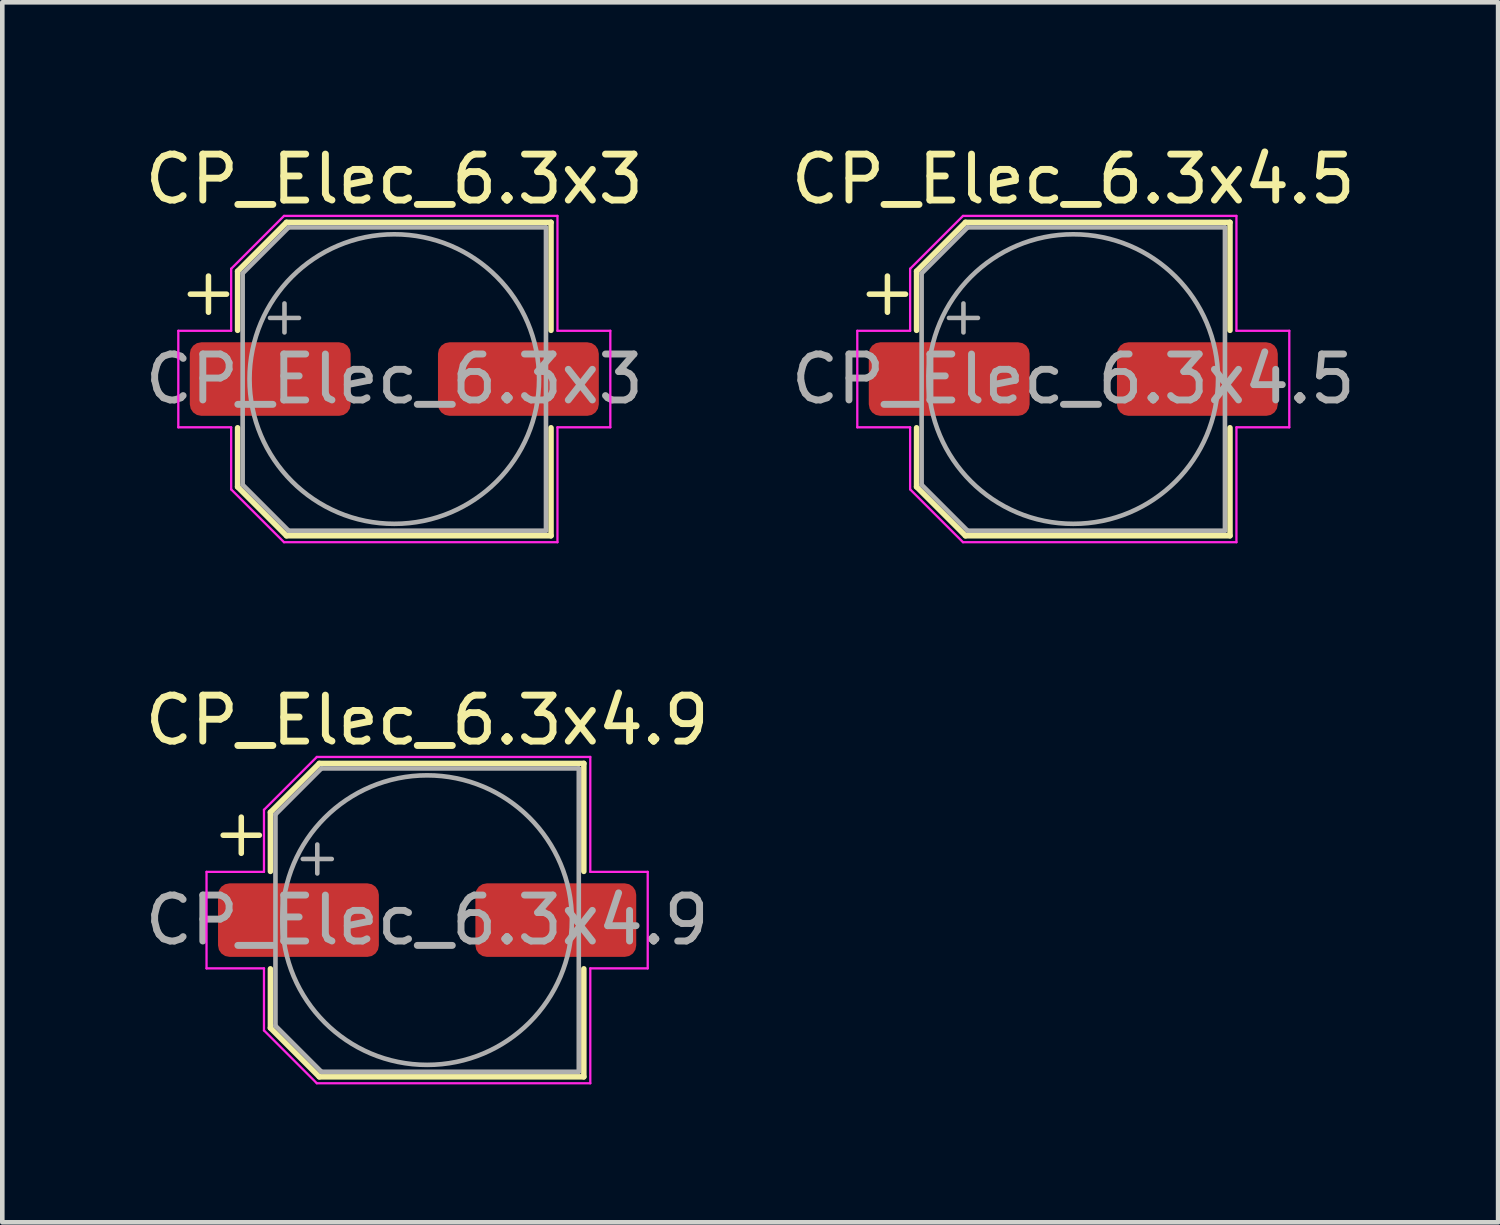
<source format=kicad_pcb>
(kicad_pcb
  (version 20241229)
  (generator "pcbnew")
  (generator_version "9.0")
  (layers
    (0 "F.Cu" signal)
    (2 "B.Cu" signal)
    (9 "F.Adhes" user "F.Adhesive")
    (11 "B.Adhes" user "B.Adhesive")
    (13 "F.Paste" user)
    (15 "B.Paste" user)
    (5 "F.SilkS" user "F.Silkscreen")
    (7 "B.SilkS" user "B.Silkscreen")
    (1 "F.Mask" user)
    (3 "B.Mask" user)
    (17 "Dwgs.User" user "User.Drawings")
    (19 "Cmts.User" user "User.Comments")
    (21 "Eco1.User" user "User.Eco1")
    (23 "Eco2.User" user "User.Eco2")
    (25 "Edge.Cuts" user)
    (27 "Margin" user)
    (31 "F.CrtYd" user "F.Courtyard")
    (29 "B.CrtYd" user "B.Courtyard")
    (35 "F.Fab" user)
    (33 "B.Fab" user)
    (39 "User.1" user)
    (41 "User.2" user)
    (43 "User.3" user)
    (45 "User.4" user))
  (footprint "CP_Elec_6.3x3"
    (layer "F.Cu")
    (at 5.53 5.198)
    (property "Reference" "CP_Elec_6.3x3" (at 0 -4.35 0) (layer "F.SilkS") (effects (font (size 1 1) (thickness 0.15))))
    (attr smd)
    (fp_line (start -4.438 -1.847) (end -3.65 -1.847) (stroke (width 0.12) (type solid)) (layer "F.SilkS"))
    (fp_line (start -4.044 -2.241) (end -4.044 -1.454) (stroke (width 0.12) (type solid)) (layer "F.SilkS"))
    (fp_line (start -3.41 -2.346) (end -3.41 -1.06) (stroke (width 0.12) (type solid)) (layer "F.SilkS"))
    (fp_line (start -3.41 -2.346) (end -2.346 -3.41) (stroke (width 0.12) (type solid)) (layer "F.SilkS"))
    (fp_line (start -3.41 2.346) (end -3.41 1.06) (stroke (width 0.12) (type solid)) (layer "F.SilkS"))
    (fp_line (start -3.41 2.346) (end -2.346 3.41) (stroke (width 0.12) (type solid)) (layer "F.SilkS"))
    (fp_line (start -2.346 -3.41) (end 3.41 -3.41) (stroke (width 0.12) (type solid)) (layer "F.SilkS"))
    (fp_line (start -2.346 3.41) (end 3.41 3.41) (stroke (width 0.12) (type solid)) (layer "F.SilkS"))
    (fp_line (start 3.41 -3.41) (end 3.41 -1.06) (stroke (width 0.12) (type solid)) (layer "F.SilkS"))
    (fp_line (start 3.41 3.41) (end 3.41 1.06) (stroke (width 0.12) (type solid)) (layer "F.SilkS"))
    (fp_line (start -4.7 -1.05) (end -4.7 1.05) (stroke (width 0.05) (type solid)) (layer "F.CrtYd"))
    (fp_line (start -4.7 1.05) (end -3.55 1.05) (stroke (width 0.05) (type solid)) (layer "F.CrtYd"))
    (fp_line (start -3.55 -2.4) (end -3.55 -1.05) (stroke (width 0.05) (type solid)) (layer "F.CrtYd"))
    (fp_line (start -3.55 -2.4) (end -2.4 -3.55) (stroke (width 0.05) (type solid)) (layer "F.CrtYd"))
    (fp_line (start -3.55 -1.05) (end -4.7 -1.05) (stroke (width 0.05) (type solid)) (layer "F.CrtYd"))
    (fp_line (start -3.55 1.05) (end -3.55 2.4) (stroke (width 0.05) (type solid)) (layer "F.CrtYd"))
    (fp_line (start -3.55 2.4) (end -2.4 3.55) (stroke (width 0.05) (type solid)) (layer "F.CrtYd"))
    (fp_line (start -2.4 -3.55) (end 3.55 -3.55) (stroke (width 0.05) (type solid)) (layer "F.CrtYd"))
    (fp_line (start -2.4 3.55) (end 3.55 3.55) (stroke (width 0.05) (type solid)) (layer "F.CrtYd"))
    (fp_line (start 3.55 -3.55) (end 3.55 -1.05) (stroke (width 0.05) (type solid)) (layer "F.CrtYd"))
    (fp_line (start 3.55 -1.05) (end 4.7 -1.05) (stroke (width 0.05) (type solid)) (layer "F.CrtYd"))
    (fp_line (start 3.55 1.05) (end 3.55 3.55) (stroke (width 0.05) (type solid)) (layer "F.CrtYd"))
    (fp_line (start 4.7 -1.05) (end 4.7 1.05) (stroke (width 0.05) (type solid)) (layer "F.CrtYd"))
    (fp_line (start 4.7 1.05) (end 3.55 1.05) (stroke (width 0.05) (type solid)) (layer "F.CrtYd"))
    (fp_line (start -3.3 -2.3) (end -3.3 2.3) (stroke (width 0.1) (type solid)) (layer "F.Fab"))
    (fp_line (start -3.3 -2.3) (end -2.3 -3.3) (stroke (width 0.1) (type solid)) (layer "F.Fab"))
    (fp_line (start -3.3 2.3) (end -2.3 3.3) (stroke (width 0.1) (type solid)) (layer "F.Fab"))
    (fp_line (start -2.705 -1.33) (end -2.075 -1.33) (stroke (width 0.1) (type solid)) (layer "F.Fab"))
    (fp_line (start -2.39 -1.645) (end -2.39 -1.015) (stroke (width 0.1) (type solid)) (layer "F.Fab"))
    (fp_line (start -2.3 -3.3) (end 3.3 -3.3) (stroke (width 0.1) (type solid)) (layer "F.Fab"))
    (fp_line (start -2.3 3.3) (end 3.3 3.3) (stroke (width 0.1) (type solid)) (layer "F.Fab"))
    (fp_line (start 3.3 -3.3) (end 3.3 3.3) (stroke (width 0.1) (type solid)) (layer "F.Fab"))
    (fp_circle (center 0 0) (end 3.15 0) (stroke (width 0.1) (type solid)) (fill no) (layer "F.Fab"))
    (fp_text user "${REFERENCE}" (at 0 0 0) (layer "F.Fab") (effects (font (size 1 1) (thickness 0.15))))
    (pad "1" smd roundrect (at -2.7 0) (size 3.5 1.6) (layers "F.Cu" "F.Mask" "F.Paste") (roundrect_rratio 0.156))
    (pad "2" smd roundrect (at 2.7 0) (size 3.5 1.6) (layers "F.Cu" "F.Mask" "F.Paste") (roundrect_rratio 0.156)))
  (footprint "CP_Elec_6.3x4.5"
    (layer "F.Cu")
    (at 20.304 5.198)
    (property "Reference" "CP_Elec_6.3x4.5" (at 0 -4.35 0) (layer "F.SilkS") (effects (font (size 1 1) (thickness 0.15))))
    (attr smd)
    (fp_line (start -4.438 -1.847) (end -3.65 -1.847) (stroke (width 0.12) (type solid)) (layer "F.SilkS"))
    (fp_line (start -4.044 -2.241) (end -4.044 -1.454) (stroke (width 0.12) (type solid)) (layer "F.SilkS"))
    (fp_line (start -3.41 -2.346) (end -3.41 -1.06) (stroke (width 0.12) (type solid)) (layer "F.SilkS"))
    (fp_line (start -3.41 -2.346) (end -2.346 -3.41) (stroke (width 0.12) (type solid)) (layer "F.SilkS"))
    (fp_line (start -3.41 2.346) (end -3.41 1.06) (stroke (width 0.12) (type solid)) (layer "F.SilkS"))
    (fp_line (start -3.41 2.346) (end -2.346 3.41) (stroke (width 0.12) (type solid)) (layer "F.SilkS"))
    (fp_line (start -2.346 -3.41) (end 3.41 -3.41) (stroke (width 0.12) (type solid)) (layer "F.SilkS"))
    (fp_line (start -2.346 3.41) (end 3.41 3.41) (stroke (width 0.12) (type solid)) (layer "F.SilkS"))
    (fp_line (start 3.41 -3.41) (end 3.41 -1.06) (stroke (width 0.12) (type solid)) (layer "F.SilkS"))
    (fp_line (start 3.41 3.41) (end 3.41 1.06) (stroke (width 0.12) (type solid)) (layer "F.SilkS"))
    (fp_line (start -4.7 -1.05) (end -4.7 1.05) (stroke (width 0.05) (type solid)) (layer "F.CrtYd"))
    (fp_line (start -4.7 1.05) (end -3.55 1.05) (stroke (width 0.05) (type solid)) (layer "F.CrtYd"))
    (fp_line (start -3.55 -2.4) (end -3.55 -1.05) (stroke (width 0.05) (type solid)) (layer "F.CrtYd"))
    (fp_line (start -3.55 -2.4) (end -2.4 -3.55) (stroke (width 0.05) (type solid)) (layer "F.CrtYd"))
    (fp_line (start -3.55 -1.05) (end -4.7 -1.05) (stroke (width 0.05) (type solid)) (layer "F.CrtYd"))
    (fp_line (start -3.55 1.05) (end -3.55 2.4) (stroke (width 0.05) (type solid)) (layer "F.CrtYd"))
    (fp_line (start -3.55 2.4) (end -2.4 3.55) (stroke (width 0.05) (type solid)) (layer "F.CrtYd"))
    (fp_line (start -2.4 -3.55) (end 3.55 -3.55) (stroke (width 0.05) (type solid)) (layer "F.CrtYd"))
    (fp_line (start -2.4 3.55) (end 3.55 3.55) (stroke (width 0.05) (type solid)) (layer "F.CrtYd"))
    (fp_line (start 3.55 -3.55) (end 3.55 -1.05) (stroke (width 0.05) (type solid)) (layer "F.CrtYd"))
    (fp_line (start 3.55 -1.05) (end 4.7 -1.05) (stroke (width 0.05) (type solid)) (layer "F.CrtYd"))
    (fp_line (start 3.55 1.05) (end 3.55 3.55) (stroke (width 0.05) (type solid)) (layer "F.CrtYd"))
    (fp_line (start 4.7 -1.05) (end 4.7 1.05) (stroke (width 0.05) (type solid)) (layer "F.CrtYd"))
    (fp_line (start 4.7 1.05) (end 3.55 1.05) (stroke (width 0.05) (type solid)) (layer "F.CrtYd"))
    (fp_line (start -3.3 -2.3) (end -3.3 2.3) (stroke (width 0.1) (type solid)) (layer "F.Fab"))
    (fp_line (start -3.3 -2.3) (end -2.3 -3.3) (stroke (width 0.1) (type solid)) (layer "F.Fab"))
    (fp_line (start -3.3 2.3) (end -2.3 3.3) (stroke (width 0.1) (type solid)) (layer "F.Fab"))
    (fp_line (start -2.705 -1.33) (end -2.075 -1.33) (stroke (width 0.1) (type solid)) (layer "F.Fab"))
    (fp_line (start -2.39 -1.645) (end -2.39 -1.015) (stroke (width 0.1) (type solid)) (layer "F.Fab"))
    (fp_line (start -2.3 -3.3) (end 3.3 -3.3) (stroke (width 0.1) (type solid)) (layer "F.Fab"))
    (fp_line (start -2.3 3.3) (end 3.3 3.3) (stroke (width 0.1) (type solid)) (layer "F.Fab"))
    (fp_line (start 3.3 -3.3) (end 3.3 3.3) (stroke (width 0.1) (type solid)) (layer "F.Fab"))
    (fp_circle (center 0 0) (end 3.15 0) (stroke (width 0.1) (type solid)) (fill no) (layer "F.Fab"))
    (fp_text user "${REFERENCE}" (at 0 0 0) (layer "F.Fab") (effects (font (size 1 1) (thickness 0.15))))
    (pad "1" smd roundrect (at -2.7 0) (size 3.5 1.6) (layers "F.Cu" "F.Mask" "F.Paste") (roundrect_rratio 0.156))
    (pad "2" smd roundrect (at 2.7 0) (size 3.5 1.6) (layers "F.Cu" "F.Mask" "F.Paste") (roundrect_rratio 0.156)))
  (footprint "CP_Elec_6.3x4.9"
    (layer "F.Cu")
    (at 6.244 16.971)
    (property "Reference" "CP_Elec_6.3x4.9" (at 0 -4.35 0) (layer "F.SilkS") (effects (font (size 1 1) (thickness 0.15))))
    (attr smd)
    (fp_line (start -4.438 -1.847) (end -3.65 -1.847) (stroke (width 0.12) (type solid)) (layer "F.SilkS"))
    (fp_line (start -4.044 -2.241) (end -4.044 -1.454) (stroke (width 0.12) (type solid)) (layer "F.SilkS"))
    (fp_line (start -3.41 -2.346) (end -3.41 -1.06) (stroke (width 0.12) (type solid)) (layer "F.SilkS"))
    (fp_line (start -3.41 -2.346) (end -2.346 -3.41) (stroke (width 0.12) (type solid)) (layer "F.SilkS"))
    (fp_line (start -3.41 2.346) (end -3.41 1.06) (stroke (width 0.12) (type solid)) (layer "F.SilkS"))
    (fp_line (start -3.41 2.346) (end -2.346 3.41) (stroke (width 0.12) (type solid)) (layer "F.SilkS"))
    (fp_line (start -2.346 -3.41) (end 3.41 -3.41) (stroke (width 0.12) (type solid)) (layer "F.SilkS"))
    (fp_line (start -2.346 3.41) (end 3.41 3.41) (stroke (width 0.12) (type solid)) (layer "F.SilkS"))
    (fp_line (start 3.41 -3.41) (end 3.41 -1.06) (stroke (width 0.12) (type solid)) (layer "F.SilkS"))
    (fp_line (start 3.41 3.41) (end 3.41 1.06) (stroke (width 0.12) (type solid)) (layer "F.SilkS"))
    (fp_line (start -4.8 -1.05) (end -4.8 1.05) (stroke (width 0.05) (type solid)) (layer "F.CrtYd"))
    (fp_line (start -4.8 1.05) (end -3.55 1.05) (stroke (width 0.05) (type solid)) (layer "F.CrtYd"))
    (fp_line (start -3.55 -2.4) (end -3.55 -1.05) (stroke (width 0.05) (type solid)) (layer "F.CrtYd"))
    (fp_line (start -3.55 -2.4) (end -2.4 -3.55) (stroke (width 0.05) (type solid)) (layer "F.CrtYd"))
    (fp_line (start -3.55 -1.05) (end -4.8 -1.05) (stroke (width 0.05) (type solid)) (layer "F.CrtYd"))
    (fp_line (start -3.55 1.05) (end -3.55 2.4) (stroke (width 0.05) (type solid)) (layer "F.CrtYd"))
    (fp_line (start -3.55 2.4) (end -2.4 3.55) (stroke (width 0.05) (type solid)) (layer "F.CrtYd"))
    (fp_line (start -2.4 -3.55) (end 3.55 -3.55) (stroke (width 0.05) (type solid)) (layer "F.CrtYd"))
    (fp_line (start -2.4 3.55) (end 3.55 3.55) (stroke (width 0.05) (type solid)) (layer "F.CrtYd"))
    (fp_line (start 3.55 -3.55) (end 3.55 -1.05) (stroke (width 0.05) (type solid)) (layer "F.CrtYd"))
    (fp_line (start 3.55 -1.05) (end 4.8 -1.05) (stroke (width 0.05) (type solid)) (layer "F.CrtYd"))
    (fp_line (start 3.55 1.05) (end 3.55 3.55) (stroke (width 0.05) (type solid)) (layer "F.CrtYd"))
    (fp_line (start 4.8 -1.05) (end 4.8 1.05) (stroke (width 0.05) (type solid)) (layer "F.CrtYd"))
    (fp_line (start 4.8 1.05) (end 3.55 1.05) (stroke (width 0.05) (type solid)) (layer "F.CrtYd"))
    (fp_line (start -3.3 -2.3) (end -3.3 2.3) (stroke (width 0.1) (type solid)) (layer "F.Fab"))
    (fp_line (start -3.3 -2.3) (end -2.3 -3.3) (stroke (width 0.1) (type solid)) (layer "F.Fab"))
    (fp_line (start -3.3 2.3) (end -2.3 3.3) (stroke (width 0.1) (type solid)) (layer "F.Fab"))
    (fp_line (start -2.705 -1.33) (end -2.075 -1.33) (stroke (width 0.1) (type solid)) (layer "F.Fab"))
    (fp_line (start -2.39 -1.645) (end -2.39 -1.015) (stroke (width 0.1) (type solid)) (layer "F.Fab"))
    (fp_line (start -2.3 -3.3) (end 3.3 -3.3) (stroke (width 0.1) (type solid)) (layer "F.Fab"))
    (fp_line (start -2.3 3.3) (end 3.3 3.3) (stroke (width 0.1) (type solid)) (layer "F.Fab"))
    (fp_line (start 3.3 -3.3) (end 3.3 3.3) (stroke (width 0.1) (type solid)) (layer "F.Fab"))
    (fp_circle (center 0 0) (end 3.15 0) (stroke (width 0.1) (type solid)) (fill no) (layer "F.Fab"))
    (fp_text user "${REFERENCE}" (at 0 0 0) (layer "F.Fab") (effects (font (size 1 1) (thickness 0.15))))
    (pad "1" smd roundrect (at -2.8 0) (size 3.5 1.6) (layers "F.Cu" "F.Mask" "F.Paste") (roundrect_rratio 0.156))
    (pad "2" smd roundrect (at 2.8 0) (size 3.5 1.6) (layers "F.Cu" "F.Mask" "F.Paste") (roundrect_rratio 0.156)))
  (gr_rect
    (start -3 -3)
    (end 29.548 23.547)
    (stroke (width 0.1) (type default))
    (fill no)
    (layer "Edge.Cuts")))
</source>
